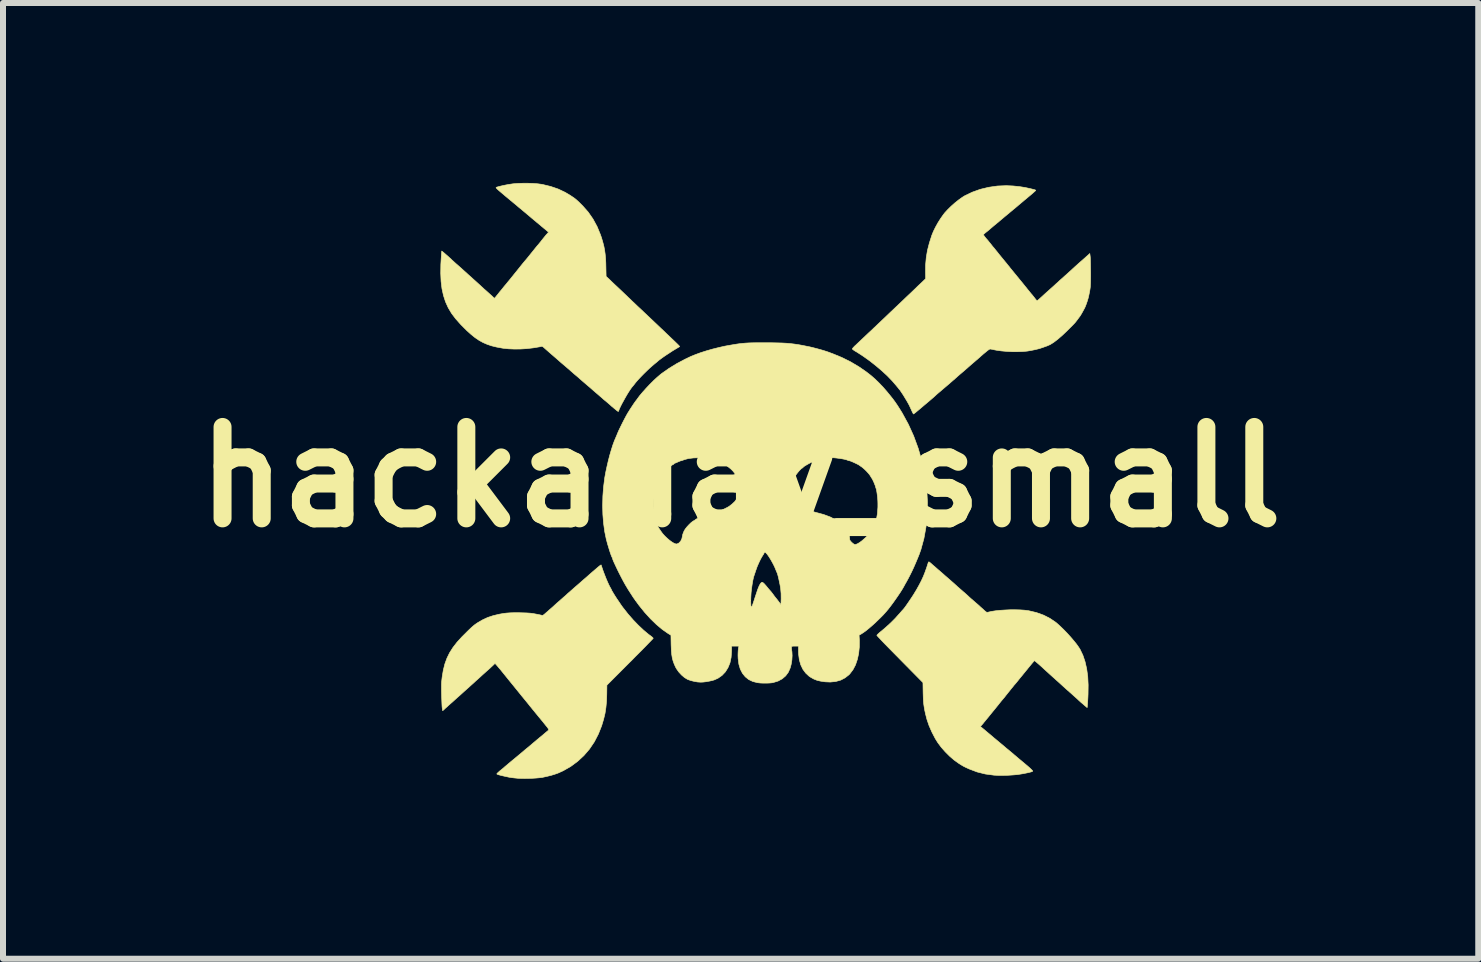
<source format=kicad_pcb>
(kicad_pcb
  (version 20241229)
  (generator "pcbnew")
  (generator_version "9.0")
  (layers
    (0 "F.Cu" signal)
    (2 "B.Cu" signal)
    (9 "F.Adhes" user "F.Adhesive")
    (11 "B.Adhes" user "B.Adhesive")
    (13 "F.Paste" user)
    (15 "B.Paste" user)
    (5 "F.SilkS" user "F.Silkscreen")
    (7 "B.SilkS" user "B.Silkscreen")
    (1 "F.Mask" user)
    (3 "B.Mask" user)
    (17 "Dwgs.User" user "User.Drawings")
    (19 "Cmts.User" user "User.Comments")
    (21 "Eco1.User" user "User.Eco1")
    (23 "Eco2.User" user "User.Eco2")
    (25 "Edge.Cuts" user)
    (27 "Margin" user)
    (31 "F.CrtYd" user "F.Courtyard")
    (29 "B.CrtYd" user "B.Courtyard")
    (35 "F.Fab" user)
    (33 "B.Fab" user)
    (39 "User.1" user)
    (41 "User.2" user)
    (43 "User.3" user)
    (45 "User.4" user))
  (footprint "hackaday_small"
    (layer "F.Cu")
    (at 9.296 4.902)
    (property "Reference" "hackaday_small" (at 0 0 0) (layer "F.SilkS") (effects (font (size 1.524 1.524) (thickness 0.3))))
    (attr through_hole)
    (fp_poly (pts (xy -2.325 1.466) (xy -2.322 1.475) (xy -2.315 1.496) (xy -2.305 1.526) (xy -2.3 1.541) (xy -2.282 1.591) (xy -2.261 1.645) (xy -2.239 1.701) (xy -2.216 1.754) (xy -2.195 1.8) (xy -2.177 1.835) (xy -2.174 1.84) (xy -2.161 1.863) (xy -2.153 1.879) (xy -2.151 1.884) (xy -2.146 1.895) (xy -2.133 1.917) (xy -2.114 1.949) (xy -2.091 1.986) (xy -2.064 2.028) (xy -2.035 2.07) (xy -2.007 2.112) (xy -1.981 2.15) (xy -1.958 2.181) (xy -1.955 2.184) (xy -1.875 2.286) (xy -1.79 2.383) (xy -1.703 2.473) (xy -1.618 2.553) (xy -1.536 2.622) (xy -1.508 2.642) (xy -1.483 2.661) (xy -1.465 2.677) (xy -1.457 2.687) (xy -1.457 2.688) (xy -1.462 2.695) (xy -1.479 2.713) (xy -1.506 2.741) (xy -1.542 2.778) (xy -1.585 2.823) (xy -1.636 2.875) (xy -1.693 2.932) (xy -1.755 2.994) (xy -1.82 3.061) (xy -1.843 3.083) (xy -2.229 3.47) (xy -2.231 3.621) (xy -2.235 3.737) (xy -2.245 3.841) (xy -2.26 3.94) (xy -2.283 4.036) (xy -2.313 4.136) (xy -2.315 4.144) (xy -2.371 4.285) (xy -2.439 4.416) (xy -2.52 4.536) (xy -2.613 4.644) (xy -2.718 4.741) (xy -2.833 4.826) (xy -2.958 4.897) (xy -3.044 4.936) (xy -3.095 4.954) (xy -3.157 4.973) (xy -3.225 4.99) (xy -3.294 5.005) (xy -3.306 5.008) (xy -3.348 5.013) (xy -3.403 5.018) (xy -3.466 5.022) (xy -3.533 5.024) (xy -3.6 5.025) (xy -3.663 5.024) (xy -3.717 5.022) (xy -3.725 5.021) (xy -3.768 5.017) (xy -3.811 5.012) (xy -3.848 5.006) (xy -3.857 5.005) (xy -3.931 4.989) (xy -3.988 4.976) (xy -4.029 4.965) (xy -4.054 4.957) (xy -4.064 4.95) (xy -4.064 4.95) (xy -4.058 4.94) (xy -4.041 4.924) (xy -4.018 4.903) (xy -4.012 4.898) (xy -3.983 4.875) (xy -3.955 4.852) (xy -3.935 4.834) (xy -3.934 4.833) (xy -3.921 4.822) (xy -3.898 4.803) (xy -3.865 4.775) (xy -3.826 4.742) (xy -3.781 4.705) (xy -3.734 4.666) (xy -3.686 4.626) (xy -3.639 4.587) (xy -3.596 4.55) (xy -3.557 4.518) (xy -3.531 4.497) (xy -3.509 4.478) (xy -3.492 4.464) (xy -3.485 4.458) (xy -3.476 4.45) (xy -3.456 4.433) (xy -3.427 4.409) (xy -3.392 4.379) (xy -3.352 4.346) (xy -3.349 4.343) (xy -3.308 4.31) (xy -3.272 4.279) (xy -3.241 4.253) (xy -3.218 4.234) (xy -3.206 4.224) (xy -3.206 4.224) (xy -3.201 4.218) (xy -3.2 4.212) (xy -3.203 4.202) (xy -3.211 4.188) (xy -3.227 4.166) (xy -3.251 4.137) (xy -3.284 4.096) (xy -3.293 4.084) (xy -3.327 4.043) (xy -3.357 4.007) (xy -3.382 3.976) (xy -3.401 3.953) (xy -3.411 3.941) (xy -3.411 3.941) (xy -3.421 3.929) (xy -3.439 3.906) (xy -3.464 3.876) (xy -3.493 3.84) (xy -3.51 3.82) (xy -3.543 3.778) (xy -3.578 3.735) (xy -3.611 3.695) (xy -3.637 3.663) (xy -3.644 3.655) (xy -3.688 3.6) (xy -3.741 3.535) (xy -3.799 3.463) (xy -3.861 3.387) (xy -3.924 3.309) (xy -3.975 3.246) (xy -4.003 3.211) (xy -4.031 3.179) (xy -4.053 3.152) (xy -4.068 3.135) (xy -4.094 3.107) (xy -4.128 3.14) (xy -4.144 3.155) (xy -4.171 3.18) (xy -4.205 3.211) (xy -4.245 3.246) (xy -4.287 3.284) (xy -4.293 3.289) (xy -4.332 3.325) (xy -4.367 3.357) (xy -4.396 3.383) (xy -4.417 3.401) (xy -4.427 3.411) (xy -4.428 3.412) (xy -4.436 3.419) (xy -4.453 3.435) (xy -4.479 3.458) (xy -4.51 3.486) (xy -4.521 3.496) (xy -4.562 3.533) (xy -4.606 3.572) (xy -4.649 3.611) (xy -4.682 3.641) (xy -4.721 3.675) (xy -4.765 3.715) (xy -4.808 3.754) (xy -4.83 3.773) (xy -4.863 3.802) (xy -4.894 3.831) (xy -4.921 3.854) (xy -4.935 3.868) (xy -4.966 3.896) (xy -4.972 3.868) (xy -4.974 3.852) (xy -4.977 3.821) (xy -4.979 3.779) (xy -4.981 3.729) (xy -4.983 3.672) (xy -4.984 3.64) (xy -4.986 3.567) (xy -4.986 3.508) (xy -4.986 3.459) (xy -4.984 3.417) (xy -4.98 3.377) (xy -4.975 3.336) (xy -4.975 3.335) (xy -4.956 3.22) (xy -4.93 3.116) (xy -4.895 3.02) (xy -4.851 2.93) (xy -4.795 2.842) (xy -4.727 2.754) (xy -4.645 2.664) (xy -4.61 2.629) (xy -4.561 2.58) (xy -4.522 2.542) (xy -4.49 2.512) (xy -4.463 2.488) (xy -4.439 2.468) (xy -4.416 2.451) (xy -4.392 2.435) (xy -4.379 2.426) (xy -4.299 2.38) (xy -4.215 2.341) (xy -4.124 2.311) (xy -4.023 2.287) (xy -3.943 2.273) (xy -3.897 2.268) (xy -3.839 2.264) (xy -3.772 2.262) (xy -3.702 2.262) (xy -3.631 2.264) (xy -3.565 2.266) (xy -3.506 2.27) (xy -3.46 2.276) (xy -3.454 2.277) (xy -3.4 2.287) (xy -3.359 2.295) (xy -3.332 2.301) (xy -3.315 2.305) (xy -3.31 2.307) (xy -3.296 2.305) (xy -3.278 2.294) (xy -3.277 2.292) (xy -3.261 2.279) (xy -3.236 2.257) (xy -3.207 2.232) (xy -3.192 2.218) (xy -3.158 2.189) (xy -3.124 2.159) (xy -3.095 2.132) (xy -3.086 2.124) (xy -3.061 2.101) (xy -3.027 2.072) (xy -2.992 2.041) (xy -2.976 2.027) (xy -2.948 2.002) (xy -2.924 1.982) (xy -2.909 1.968) (xy -2.904 1.964) (xy -2.896 1.956) (xy -2.879 1.94) (xy -2.853 1.918) (xy -2.823 1.891) (xy -2.819 1.888) (xy -2.782 1.855) (xy -2.743 1.821) (xy -2.707 1.79) (xy -2.684 1.77) (xy -2.658 1.747) (xy -2.624 1.717) (xy -2.583 1.682) (xy -2.541 1.645) (xy -2.519 1.625) (xy -2.459 1.573) (xy -2.411 1.532) (xy -2.375 1.501) (xy -2.349 1.48) (xy -2.333 1.469) (xy -2.326 1.465) (xy -2.325 1.466)) (stroke (width 0.01) (type solid)) (fill yes) (layer "F.SilkS"))
    (fp_poly (pts (xy 3.146 1.417) (xy 3.164 1.432) (xy 3.171 1.437) (xy 3.186 1.451) (xy 3.212 1.474) (xy 3.244 1.501) (xy 3.279 1.532) (xy 3.289 1.541) (xy 3.323 1.57) (xy 3.351 1.594) (xy 3.373 1.613) (xy 3.385 1.624) (xy 3.387 1.625) (xy 3.394 1.632) (xy 3.412 1.648) (xy 3.439 1.671) (xy 3.471 1.699) (xy 3.493 1.718) (xy 3.528 1.749) (xy 3.559 1.776) (xy 3.583 1.798) (xy 3.599 1.812) (xy 3.603 1.816) (xy 3.612 1.825) (xy 3.632 1.842) (xy 3.658 1.865) (xy 3.679 1.883) (xy 3.712 1.912) (xy 3.746 1.941) (xy 3.774 1.966) (xy 3.785 1.976) (xy 3.808 1.998) (xy 3.839 2.026) (xy 3.873 2.055) (xy 3.89 2.07) (xy 3.923 2.099) (xy 3.955 2.126) (xy 3.981 2.149) (xy 3.991 2.159) (xy 4.012 2.178) (xy 4.028 2.192) (xy 4.034 2.197) (xy 4.046 2.208) (xy 4.064 2.225) (xy 4.073 2.233) (xy 4.093 2.249) (xy 4.107 2.256) (xy 4.124 2.254) (xy 4.132 2.252) (xy 4.185 2.24) (xy 4.251 2.23) (xy 4.328 2.222) (xy 4.41 2.217) (xy 4.495 2.213) (xy 4.58 2.213) (xy 4.66 2.215) (xy 4.733 2.22) (xy 4.795 2.228) (xy 4.802 2.229) (xy 4.933 2.26) (xy 5.052 2.303) (xy 5.159 2.358) (xy 5.256 2.424) (xy 5.275 2.44) (xy 5.33 2.49) (xy 5.388 2.546) (xy 5.446 2.606) (xy 5.502 2.668) (xy 5.554 2.729) (xy 5.6 2.786) (xy 5.636 2.837) (xy 5.659 2.873) (xy 5.706 2.971) (xy 5.742 3.078) (xy 5.769 3.196) (xy 5.787 3.325) (xy 5.794 3.467) (xy 5.792 3.621) (xy 5.79 3.67) (xy 5.787 3.722) (xy 5.784 3.768) (xy 5.781 3.805) (xy 5.779 3.83) (xy 5.778 3.842) (xy 5.778 3.843) (xy 5.771 3.839) (xy 5.755 3.825) (xy 5.732 3.806) (xy 5.705 3.782) (xy 5.676 3.758) (xy 5.65 3.734) (xy 5.628 3.714) (xy 5.614 3.7) (xy 5.613 3.7) (xy 5.606 3.693) (xy 5.588 3.677) (xy 5.561 3.653) (xy 5.529 3.624) (xy 5.495 3.594) (xy 5.458 3.561) (xy 5.426 3.533) (xy 5.4 3.509) (xy 5.383 3.494) (xy 5.376 3.488) (xy 5.369 3.481) (xy 5.351 3.465) (xy 5.324 3.44) (xy 5.291 3.41) (xy 5.252 3.376) (xy 5.241 3.365) (xy 5.198 3.327) (xy 5.157 3.29) (xy 5.12 3.256) (xy 5.09 3.229) (xy 5.069 3.21) (xy 5.067 3.208) (xy 5.015 3.16) (xy 4.971 3.121) (xy 4.936 3.091) (xy 4.912 3.071) (xy 4.899 3.063) (xy 4.897 3.062) (xy 4.89 3.069) (xy 4.875 3.087) (xy 4.852 3.114) (xy 4.824 3.148) (xy 4.792 3.187) (xy 4.787 3.194) (xy 4.753 3.235) (xy 4.723 3.272) (xy 4.697 3.304) (xy 4.678 3.327) (xy 4.667 3.34) (xy 4.667 3.34) (xy 4.654 3.356) (xy 4.635 3.38) (xy 4.619 3.4) (xy 4.601 3.422) (xy 4.587 3.439) (xy 4.581 3.446) (xy 4.574 3.454) (xy 4.558 3.472) (xy 4.537 3.499) (xy 4.512 3.529) (xy 4.486 3.562) (xy 4.46 3.594) (xy 4.438 3.622) (xy 4.42 3.644) (xy 4.417 3.648) (xy 4.398 3.673) (xy 4.379 3.695) (xy 4.375 3.7) (xy 4.362 3.715) (xy 4.342 3.739) (xy 4.317 3.77) (xy 4.292 3.802) (xy 4.261 3.84) (xy 4.229 3.88) (xy 4.199 3.916) (xy 4.182 3.937) (xy 4.155 3.97) (xy 4.123 4.01) (xy 4.092 4.047) (xy 4.086 4.055) (xy 4.061 4.085) (xy 4.039 4.113) (xy 4.021 4.133) (xy 4.016 4.139) (xy 3.998 4.159) (xy 4.101 4.245) (xy 4.137 4.275) (xy 4.168 4.301) (xy 4.193 4.322) (xy 4.209 4.336) (xy 4.213 4.339) (xy 4.224 4.349) (xy 4.244 4.365) (xy 4.263 4.381) (xy 4.286 4.4) (xy 4.318 4.427) (xy 4.354 4.457) (xy 4.39 4.487) (xy 4.426 4.518) (xy 4.463 4.548) (xy 4.494 4.574) (xy 4.517 4.593) (xy 4.54 4.612) (xy 4.558 4.628) (xy 4.567 4.636) (xy 4.576 4.643) (xy 4.596 4.66) (xy 4.625 4.685) (xy 4.661 4.715) (xy 4.703 4.75) (xy 4.727 4.77) (xy 4.783 4.817) (xy 4.825 4.854) (xy 4.853 4.881) (xy 4.868 4.898) (xy 4.87 4.904) (xy 4.855 4.912) (xy 4.824 4.921) (xy 4.776 4.932) (xy 4.712 4.945) (xy 4.669 4.952) (xy 4.61 4.961) (xy 4.538 4.967) (xy 4.459 4.972) (xy 4.379 4.974) (xy 4.302 4.974) (xy 4.233 4.971) (xy 4.221 4.97) (xy 4.079 4.951) (xy 3.943 4.917) (xy 3.811 4.867) (xy 3.75 4.839) (xy 3.72 4.824) (xy 3.697 4.811) (xy 3.674 4.797) (xy 3.645 4.779) (xy 3.63 4.769) (xy 3.558 4.717) (xy 3.484 4.653) (xy 3.412 4.581) (xy 3.345 4.505) (xy 3.288 4.429) (xy 3.245 4.36) (xy 3.188 4.25) (xy 3.142 4.145) (xy 3.107 4.043) (xy 3.083 3.95) (xy 3.07 3.89) (xy 3.061 3.839) (xy 3.054 3.793) (xy 3.049 3.746) (xy 3.046 3.695) (xy 3.044 3.633) (xy 3.043 3.6) (xy 3.04 3.427) (xy 2.657 3.039) (xy 2.59 2.971) (xy 2.527 2.907) (xy 2.469 2.848) (xy 2.416 2.794) (xy 2.37 2.746) (xy 2.332 2.706) (xy 2.302 2.674) (xy 2.282 2.652) (xy 2.272 2.641) (xy 2.272 2.64) (xy 2.277 2.631) (xy 2.294 2.614) (xy 2.319 2.591) (xy 2.348 2.568) (xy 2.423 2.504) (xy 2.501 2.433) (xy 2.576 2.358) (xy 2.637 2.29) (xy 2.662 2.262) (xy 2.682 2.239) (xy 2.696 2.223) (xy 2.701 2.218) (xy 2.714 2.204) (xy 2.735 2.178) (xy 2.761 2.142) (xy 2.79 2.1) (xy 2.822 2.053) (xy 2.855 2.004) (xy 2.886 1.956) (xy 2.913 1.911) (xy 2.931 1.882) (xy 2.975 1.803) (xy 3.013 1.73) (xy 3.045 1.661) (xy 3.074 1.588) (xy 3.102 1.509) (xy 3.129 1.425) (xy 3.135 1.415) (xy 3.146 1.417)) (stroke (width 0.01) (type solid)) (fill yes) (layer "F.SilkS"))
    (fp_poly (pts (xy 4.542 -4.852) (xy 4.649 -4.841) (xy 4.744 -4.826) (xy 4.831 -4.807) (xy 4.847 -4.803) (xy 4.882 -4.794) (xy 4.904 -4.788) (xy 4.915 -4.784) (xy 4.919 -4.781) (xy 4.918 -4.777) (xy 4.918 -4.776) (xy 4.911 -4.768) (xy 4.893 -4.752) (xy 4.866 -4.728) (xy 4.832 -4.699) (xy 4.796 -4.669) (xy 4.757 -4.636) (xy 4.72 -4.606) (xy 4.69 -4.58) (xy 4.667 -4.561) (xy 4.657 -4.552) (xy 4.644 -4.542) (xy 4.621 -4.522) (xy 4.589 -4.495) (xy 4.55 -4.463) (xy 4.507 -4.427) (xy 4.483 -4.407) (xy 4.44 -4.371) (xy 4.401 -4.339) (xy 4.368 -4.311) (xy 4.344 -4.291) (xy 4.329 -4.278) (xy 4.326 -4.276) (xy 4.318 -4.269) (xy 4.3 -4.253) (xy 4.275 -4.233) (xy 4.255 -4.216) (xy 4.225 -4.192) (xy 4.199 -4.17) (xy 4.181 -4.154) (xy 4.174 -4.149) (xy 4.162 -4.138) (xy 4.14 -4.119) (xy 4.113 -4.097) (xy 4.104 -4.09) (xy 4.078 -4.069) (xy 4.059 -4.052) (xy 4.048 -4.042) (xy 4.047 -4.04) (xy 4.052 -4.031) (xy 4.064 -4.014) (xy 4.079 -3.994) (xy 4.093 -3.977) (xy 4.102 -3.967) (xy 4.111 -3.957) (xy 4.128 -3.937) (xy 4.149 -3.91) (xy 4.162 -3.895) (xy 4.184 -3.867) (xy 4.202 -3.844) (xy 4.214 -3.83) (xy 4.217 -3.827) (xy 4.224 -3.819) (xy 4.238 -3.801) (xy 4.255 -3.78) (xy 4.275 -3.756) (xy 4.302 -3.721) (xy 4.335 -3.681) (xy 4.371 -3.637) (xy 4.406 -3.594) (xy 4.427 -3.569) (xy 4.44 -3.553) (xy 4.458 -3.53) (xy 4.475 -3.51) (xy 4.495 -3.484) (xy 4.513 -3.462) (xy 4.523 -3.45) (xy 4.571 -3.391) (xy 4.612 -3.341) (xy 4.647 -3.298) (xy 4.68 -3.258) (xy 4.712 -3.219) (xy 4.746 -3.176) (xy 4.754 -3.167) (xy 4.784 -3.129) (xy 4.811 -3.096) (xy 4.832 -3.07) (xy 4.846 -3.053) (xy 4.851 -3.048) (xy 4.858 -3.04) (xy 4.873 -3.021) (xy 4.892 -2.997) (xy 4.897 -2.991) (xy 4.916 -2.966) (xy 4.932 -2.947) (xy 4.942 -2.939) (xy 4.943 -2.938) (xy 4.951 -2.944) (xy 4.969 -2.958) (xy 4.992 -2.979) (xy 5.004 -2.99) (xy 5.036 -3.019) (xy 5.074 -3.054) (xy 5.112 -3.088) (xy 5.127 -3.101) (xy 5.16 -3.131) (xy 5.195 -3.162) (xy 5.225 -3.189) (xy 5.237 -3.2) (xy 5.256 -3.218) (xy 5.286 -3.244) (xy 5.322 -3.278) (xy 5.363 -3.314) (xy 5.406 -3.353) (xy 5.41 -3.357) (xy 5.45 -3.392) (xy 5.485 -3.424) (xy 5.514 -3.45) (xy 5.534 -3.469) (xy 5.545 -3.479) (xy 5.546 -3.48) (xy 5.553 -3.486) (xy 5.571 -3.503) (xy 5.598 -3.527) (xy 5.63 -3.556) (xy 5.664 -3.586) (xy 5.703 -3.62) (xy 5.738 -3.651) (xy 5.768 -3.678) (xy 5.79 -3.697) (xy 5.8 -3.706) (xy 5.821 -3.726) (xy 5.827 -3.685) (xy 5.829 -3.666) (xy 5.831 -3.633) (xy 5.832 -3.588) (xy 5.833 -3.534) (xy 5.834 -3.474) (xy 5.835 -3.412) (xy 5.835 -3.339) (xy 5.834 -3.281) (xy 5.833 -3.234) (xy 5.831 -3.195) (xy 5.829 -3.162) (xy 5.825 -3.133) (xy 5.82 -3.103) (xy 5.817 -3.087) (xy 5.805 -3.027) (xy 5.793 -2.977) (xy 5.779 -2.931) (xy 5.762 -2.882) (xy 5.744 -2.836) (xy 5.734 -2.815) (xy 5.719 -2.787) (xy 5.701 -2.754) (xy 5.683 -2.722) (xy 5.666 -2.694) (xy 5.653 -2.674) (xy 5.647 -2.667) (xy 5.64 -2.658) (xy 5.627 -2.64) (xy 5.622 -2.633) (xy 5.607 -2.613) (xy 5.593 -2.595) (xy 5.578 -2.576) (xy 5.559 -2.555) (xy 5.534 -2.529) (xy 5.501 -2.496) (xy 5.459 -2.454) (xy 5.448 -2.443) (xy 5.365 -2.364) (xy 5.289 -2.298) (xy 5.221 -2.246) (xy 5.161 -2.208) (xy 5.108 -2.185) (xy 5.1 -2.182) (xy 5.084 -2.177) (xy 5.058 -2.167) (xy 5.038 -2.16) (xy 4.981 -2.141) (xy 4.913 -2.124) (xy 4.839 -2.109) (xy 4.779 -2.099) (xy 4.705 -2.092) (xy 4.619 -2.089) (xy 4.528 -2.089) (xy 4.436 -2.094) (xy 4.347 -2.102) (xy 4.268 -2.113) (xy 4.227 -2.121) (xy 4.197 -2.128) (xy 4.172 -2.132) (xy 4.16 -2.134) (xy 4.15 -2.131) (xy 4.136 -2.122) (xy 4.115 -2.107) (xy 4.086 -2.083) (xy 4.047 -2.051) (xy 3.998 -2.008) (xy 3.992 -2.002) (xy 3.963 -1.977) (xy 3.927 -1.946) (xy 3.889 -1.913) (xy 3.869 -1.896) (xy 3.84 -1.871) (xy 3.816 -1.85) (xy 3.799 -1.835) (xy 3.793 -1.83) (xy 3.785 -1.822) (xy 3.767 -1.807) (xy 3.741 -1.784) (xy 3.71 -1.757) (xy 3.7 -1.749) (xy 3.667 -1.721) (xy 3.638 -1.696) (xy 3.616 -1.677) (xy 3.604 -1.666) (xy 3.603 -1.664) (xy 3.594 -1.657) (xy 3.574 -1.639) (xy 3.545 -1.614) (xy 3.509 -1.583) (xy 3.467 -1.546) (xy 3.421 -1.507) (xy 3.374 -1.467) (xy 3.332 -1.431) (xy 3.295 -1.4) (xy 3.266 -1.375) (xy 3.247 -1.357) (xy 3.239 -1.35) (xy 3.229 -1.34) (xy 3.208 -1.322) (xy 3.18 -1.298) (xy 3.145 -1.268) (xy 3.106 -1.235) (xy 3.064 -1.2) (xy 3.023 -1.165) (xy 2.983 -1.131) (xy 2.948 -1.102) (xy 2.918 -1.077) (xy 2.896 -1.06) (xy 2.884 -1.051) (xy 2.883 -1.05) (xy 2.877 -1.057) (xy 2.867 -1.076) (xy 2.856 -1.099) (xy 2.832 -1.152) (xy 2.811 -1.197) (xy 2.788 -1.239) (xy 2.761 -1.286) (xy 2.755 -1.295) (xy 2.731 -1.335) (xy 2.707 -1.374) (xy 2.684 -1.408) (xy 2.666 -1.435) (xy 2.654 -1.453) (xy 2.65 -1.456) (xy 2.643 -1.464) (xy 2.629 -1.483) (xy 2.608 -1.508) (xy 2.595 -1.524) (xy 2.527 -1.603) (xy 2.446 -1.687) (xy 2.355 -1.771) (xy 2.256 -1.855) (xy 2.153 -1.936) (xy 2.048 -2.011) (xy 1.944 -2.079) (xy 1.903 -2.103) (xy 1.881 -2.118) (xy 1.866 -2.13) (xy 1.863 -2.136) (xy 1.868 -2.146) (xy 1.883 -2.163) (xy 1.903 -2.184) (xy 1.919 -2.198) (xy 1.944 -2.222) (xy 1.976 -2.252) (xy 2.013 -2.287) (xy 2.053 -2.325) (xy 2.094 -2.364) (xy 2.133 -2.401) (xy 2.169 -2.434) (xy 2.199 -2.462) (xy 2.22 -2.483) (xy 2.232 -2.493) (xy 2.24 -2.501) (xy 2.259 -2.519) (xy 2.287 -2.546) (xy 2.322 -2.579) (xy 2.362 -2.617) (xy 2.401 -2.654) (xy 2.45 -2.701) (xy 2.5 -2.749) (xy 2.549 -2.795) (xy 2.593 -2.837) (xy 2.629 -2.871) (xy 2.646 -2.887) (xy 2.704 -2.942) (xy 2.764 -3) (xy 2.83 -3.062) (xy 2.899 -3.128) (xy 2.92 -3.148) (xy 2.948 -3.176) (xy 2.981 -3.207) (xy 3.01 -3.234) (xy 3.085 -3.306) (xy 3.083 -3.408) (xy 3.084 -3.535) (xy 3.095 -3.657) (xy 3.115 -3.778) (xy 3.147 -3.902) (xy 3.188 -4.03) (xy 3.214 -4.094) (xy 3.249 -4.165) (xy 3.29 -4.239) (xy 3.335 -4.31) (xy 3.38 -4.374) (xy 3.405 -4.406) (xy 3.454 -4.459) (xy 3.511 -4.515) (xy 3.573 -4.57) (xy 3.636 -4.62) (xy 3.696 -4.663) (xy 3.736 -4.688) (xy 3.861 -4.748) (xy 3.995 -4.796) (xy 4.136 -4.83) (xy 4.281 -4.851) (xy 4.429 -4.857) (xy 4.542 -4.852)) (stroke (width 0.01) (type solid)) (fill yes) (layer "F.SilkS"))
    (fp_poly (pts (xy -3.458 -4.894) (xy -3.38 -4.888) (xy -3.313 -4.879) (xy -3.303 -4.877) (xy -3.167 -4.844) (xy -3.041 -4.801) (xy -2.925 -4.746) (xy -2.841 -4.696) (xy -2.804 -4.671) (xy -2.773 -4.65) (xy -2.746 -4.629) (xy -2.719 -4.605) (xy -2.689 -4.577) (xy -2.652 -4.54) (xy -2.632 -4.52) (xy -2.541 -4.417) (xy -2.461 -4.302) (xy -2.392 -4.175) (xy -2.336 -4.039) (xy -2.317 -3.984) (xy -2.296 -3.911) (xy -2.279 -3.846) (xy -2.267 -3.783) (xy -2.258 -3.718) (xy -2.251 -3.648) (xy -2.247 -3.567) (xy -2.246 -3.521) (xy -2.242 -3.345) (xy -2.177 -3.284) (xy -2.142 -3.25) (xy -2.101 -3.211) (xy -2.06 -3.173) (xy -2.04 -3.154) (xy -2.006 -3.122) (xy -1.964 -3.082) (xy -1.92 -3.04) (xy -1.88 -3.002) (xy -1.88 -3.001) (xy -1.853 -2.976) (xy -1.816 -2.94) (xy -1.77 -2.897) (xy -1.719 -2.848) (xy -1.663 -2.796) (xy -1.605 -2.741) (xy -1.549 -2.688) (xy -1.492 -2.634) (xy -1.436 -2.581) (xy -1.382 -2.53) (xy -1.333 -2.483) (xy -1.29 -2.443) (xy -1.256 -2.41) (xy -1.232 -2.387) (xy -1.232 -2.387) (xy -1.193 -2.35) (xy -1.15 -2.309) (xy -1.109 -2.27) (xy -1.086 -2.248) (xy -1.058 -2.221) (xy -1.036 -2.199) (xy -1.021 -2.183) (xy -1.016 -2.177) (xy -1.023 -2.17) (xy -1.041 -2.159) (xy -1.061 -2.147) (xy -1.093 -2.128) (xy -1.133 -2.104) (xy -1.177 -2.075) (xy -1.223 -2.045) (xy -1.268 -2.015) (xy -1.309 -1.986) (xy -1.343 -1.961) (xy -1.368 -1.942) (xy -1.38 -1.931) (xy -1.388 -1.924) (xy -1.406 -1.909) (xy -1.431 -1.889) (xy -1.444 -1.878) (xy -1.479 -1.848) (xy -1.522 -1.81) (xy -1.568 -1.766) (xy -1.616 -1.719) (xy -1.662 -1.672) (xy -1.703 -1.628) (xy -1.737 -1.59) (xy -1.757 -1.565) (xy -1.778 -1.538) (xy -1.796 -1.516) (xy -1.808 -1.502) (xy -1.809 -1.501) (xy -1.824 -1.481) (xy -1.845 -1.451) (xy -1.87 -1.412) (xy -1.897 -1.368) (xy -1.925 -1.319) (xy -1.952 -1.27) (xy -1.978 -1.223) (xy -2 -1.18) (xy -2.017 -1.144) (xy -2.028 -1.117) (xy -2.032 -1.103) (xy -2.035 -1.094) (xy -2.047 -1.096) (xy -2.066 -1.11) (xy -2.085 -1.126) (xy -2.11 -1.146) (xy -2.124 -1.159) (xy -2.148 -1.178) (xy -2.167 -1.195) (xy -2.175 -1.203) (xy -2.188 -1.214) (xy -2.21 -1.233) (xy -2.236 -1.255) (xy -2.239 -1.258) (xy -2.264 -1.278) (xy -2.283 -1.294) (xy -2.294 -1.303) (xy -2.294 -1.304) (xy -2.302 -1.311) (xy -2.32 -1.327) (xy -2.346 -1.349) (xy -2.378 -1.377) (xy -2.392 -1.389) (xy -2.425 -1.417) (xy -2.454 -1.442) (xy -2.475 -1.461) (xy -2.488 -1.472) (xy -2.489 -1.473) (xy -2.497 -1.48) (xy -2.515 -1.496) (xy -2.541 -1.518) (xy -2.573 -1.545) (xy -2.582 -1.553) (xy -2.616 -1.582) (xy -2.646 -1.608) (xy -2.669 -1.628) (xy -2.683 -1.64) (xy -2.685 -1.642) (xy -2.698 -1.654) (xy -2.72 -1.673) (xy -2.744 -1.693) (xy -2.776 -1.72) (xy -2.81 -1.75) (xy -2.832 -1.769) (xy -2.857 -1.792) (xy -2.881 -1.812) (xy -2.895 -1.824) (xy -2.925 -1.85) (xy -2.957 -1.877) (xy -2.988 -1.903) (xy -3.015 -1.927) (xy -3.035 -1.945) (xy -3.047 -1.955) (xy -3.048 -1.956) (xy -3.056 -1.963) (xy -3.074 -1.979) (xy -3.1 -2.001) (xy -3.132 -2.029) (xy -3.145 -2.04) (xy -3.182 -2.072) (xy -3.217 -2.103) (xy -3.247 -2.129) (xy -3.268 -2.148) (xy -3.272 -2.151) (xy -3.292 -2.169) (xy -3.308 -2.177) (xy -3.323 -2.177) (xy -3.331 -2.175) (xy -3.349 -2.171) (xy -3.379 -2.166) (xy -3.419 -2.159) (xy -3.464 -2.152) (xy -3.474 -2.151) (xy -3.568 -2.14) (xy -3.668 -2.134) (xy -3.77 -2.133) (xy -3.867 -2.137) (xy -3.955 -2.146) (xy -3.979 -2.15) (xy -4.07 -2.167) (xy -4.151 -2.187) (xy -4.225 -2.212) (xy -4.294 -2.242) (xy -4.361 -2.279) (xy -4.427 -2.324) (xy -4.495 -2.379) (xy -4.567 -2.444) (xy -4.645 -2.522) (xy -4.671 -2.549) (xy -4.75 -2.638) (xy -4.818 -2.728) (xy -4.874 -2.822) (xy -4.919 -2.921) (xy -4.953 -3.026) (xy -4.978 -3.139) (xy -4.993 -3.262) (xy -4.999 -3.396) (xy -4.997 -3.542) (xy -4.994 -3.593) (xy -4.991 -3.645) (xy -4.988 -3.691) (xy -4.986 -3.728) (xy -4.983 -3.754) (xy -4.982 -3.766) (xy -4.982 -3.767) (xy -4.975 -3.762) (xy -4.959 -3.749) (xy -4.936 -3.73) (xy -4.909 -3.706) (xy -4.881 -3.682) (xy -4.855 -3.658) (xy -4.833 -3.639) (xy -4.819 -3.625) (xy -4.818 -3.623) (xy -4.81 -3.616) (xy -4.792 -3.6) (xy -4.767 -3.577) (xy -4.737 -3.55) (xy -4.733 -3.547) (xy -4.667 -3.489) (xy -4.614 -3.441) (xy -4.577 -3.408) (xy -4.568 -3.4) (xy -4.549 -3.382) (xy -4.521 -3.357) (xy -4.486 -3.326) (xy -4.448 -3.291) (xy -4.441 -3.285) (xy -4.402 -3.25) (xy -4.367 -3.218) (xy -4.338 -3.192) (xy -4.317 -3.172) (xy -4.306 -3.162) (xy -4.305 -3.162) (xy -4.296 -3.153) (xy -4.277 -3.135) (xy -4.25 -3.112) (xy -4.221 -3.086) (xy -4.189 -3.057) (xy -4.16 -3.031) (xy -4.138 -3.011) (xy -4.126 -2.999) (xy -4.112 -2.986) (xy -4.103 -2.98) (xy -4.103 -2.98) (xy -4.097 -2.986) (xy -4.082 -3.003) (xy -4.063 -3.027) (xy -4.054 -3.037) (xy -4.033 -3.064) (xy -4.017 -3.085) (xy -4.006 -3.097) (xy -4.005 -3.099) (xy -3.998 -3.107) (xy -3.983 -3.125) (xy -3.967 -3.145) (xy -3.949 -3.168) (xy -3.935 -3.185) (xy -3.929 -3.192) (xy -3.922 -3.2) (xy -3.905 -3.22) (xy -3.882 -3.249) (xy -3.852 -3.285) (xy -3.818 -3.327) (xy -3.781 -3.373) (xy -3.743 -3.42) (xy -3.706 -3.466) (xy -3.67 -3.511) (xy -3.668 -3.514) (xy -3.642 -3.546) (xy -3.62 -3.573) (xy -3.603 -3.593) (xy -3.595 -3.603) (xy -3.587 -3.612) (xy -3.57 -3.632) (xy -3.546 -3.661) (xy -3.518 -3.696) (xy -3.486 -3.736) (xy -3.484 -3.738) (xy -3.452 -3.778) (xy -3.424 -3.813) (xy -3.401 -3.841) (xy -3.385 -3.861) (xy -3.377 -3.869) (xy -3.377 -3.869) (xy -3.37 -3.877) (xy -3.355 -3.896) (xy -3.334 -3.921) (xy -3.319 -3.941) (xy -3.292 -3.975) (xy -3.265 -4.008) (xy -3.242 -4.036) (xy -3.233 -4.046) (xy -3.201 -4.082) (xy -3.313 -4.175) (xy -3.353 -4.209) (xy -3.392 -4.241) (xy -3.426 -4.27) (xy -3.452 -4.291) (xy -3.463 -4.301) (xy -3.484 -4.318) (xy -3.514 -4.344) (xy -3.55 -4.374) (xy -3.587 -4.405) (xy -3.594 -4.411) (xy -3.631 -4.442) (xy -3.667 -4.472) (xy -3.699 -4.498) (xy -3.721 -4.517) (xy -3.724 -4.52) (xy -3.75 -4.542) (xy -3.776 -4.563) (xy -3.787 -4.572) (xy -3.858 -4.631) (xy -3.917 -4.68) (xy -3.964 -4.72) (xy -4.002 -4.752) (xy -4.031 -4.777) (xy -4.052 -4.796) (xy -4.065 -4.809) (xy -4.073 -4.818) (xy -4.076 -4.824) (xy -4.075 -4.827) (xy -4.062 -4.833) (xy -4.034 -4.841) (xy -3.994 -4.851) (xy -3.946 -4.862) (xy -3.889 -4.873) (xy -3.861 -4.878) (xy -3.793 -4.888) (xy -3.715 -4.894) (xy -3.63 -4.897) (xy -3.543 -4.897) (xy -3.458 -4.894)) (stroke (width 0.01) (type solid)) (fill yes) (layer "F.SilkS"))
    (fp_poly (pts (xy 0.517 -2.238) (xy 0.609 -2.236) (xy 0.69 -2.234) (xy 0.764 -2.23) (xy 0.832 -2.224) (xy 0.898 -2.216) (xy 0.966 -2.206) (xy 1.037 -2.193) (xy 1.116 -2.177) (xy 1.147 -2.171) (xy 1.202 -2.158) (xy 1.264 -2.142) (xy 1.327 -2.125) (xy 1.388 -2.107) (xy 1.441 -2.09) (xy 1.475 -2.078) (xy 1.506 -2.066) (xy 1.537 -2.055) (xy 1.539 -2.054) (xy 1.687 -1.993) (xy 1.832 -1.921) (xy 1.969 -1.84) (xy 2.094 -1.754) (xy 2.095 -1.753) (xy 2.17 -1.695) (xy 2.239 -1.635) (xy 2.305 -1.571) (xy 2.372 -1.501) (xy 2.441 -1.422) (xy 2.515 -1.331) (xy 2.543 -1.295) (xy 2.574 -1.253) (xy 2.611 -1.199) (xy 2.65 -1.138) (xy 2.691 -1.072) (xy 2.694 -1.067) (xy 2.796 -0.88) (xy 2.885 -0.684) (xy 2.96 -0.48) (xy 3.021 -0.27) (xy 3.068 -0.055) (xy 3.099 0.162) (xy 3.104 0.212) (xy 3.115 0.424) (xy 3.111 0.631) (xy 3.091 0.831) (xy 3.056 1.025) (xy 3.005 1.212) (xy 2.999 1.228) (xy 2.979 1.285) (xy 2.952 1.352) (xy 2.921 1.426) (xy 2.888 1.502) (xy 2.853 1.577) (xy 2.818 1.647) (xy 2.786 1.708) (xy 2.759 1.757) (xy 2.746 1.778) (xy 2.738 1.794) (xy 2.737 1.795) (xy 2.72 1.827) (xy 2.695 1.87) (xy 2.663 1.921) (xy 2.626 1.976) (xy 2.586 2.034) (xy 2.545 2.092) (xy 2.505 2.146) (xy 2.468 2.194) (xy 2.435 2.234) (xy 2.431 2.239) (xy 2.381 2.295) (xy 2.325 2.352) (xy 2.267 2.408) (xy 2.208 2.463) (xy 2.15 2.513) (xy 2.097 2.557) (xy 2.049 2.592) (xy 2.01 2.617) (xy 2.006 2.62) (xy 1.975 2.636) (xy 1.98 2.721) (xy 1.979 2.835) (xy 1.968 2.942) (xy 1.946 3.042) (xy 1.915 3.133) (xy 1.873 3.213) (xy 1.822 3.28) (xy 1.806 3.297) (xy 1.741 3.348) (xy 1.668 3.386) (xy 1.585 3.409) (xy 1.494 3.418) (xy 1.407 3.414) (xy 1.334 3.403) (xy 1.274 3.389) (xy 1.221 3.368) (xy 1.171 3.34) (xy 1.142 3.321) (xy 1.086 3.269) (xy 1.039 3.206) (xy 1.003 3.131) (xy 0.979 3.046) (xy 0.967 2.953) (xy 0.965 2.906) (xy 0.965 2.819) (xy 0.906 2.819) (xy 0.879 2.819) (xy 0.861 2.821) (xy 0.851 2.827) (xy 0.848 2.841) (xy 0.849 2.866) (xy 0.854 2.903) (xy 0.856 2.913) (xy 0.859 2.978) (xy 0.855 3.05) (xy 0.843 3.123) (xy 0.827 3.183) (xy 0.796 3.254) (xy 0.751 3.315) (xy 0.694 3.364) (xy 0.626 3.401) (xy 0.548 3.425) (xy 0.525 3.43) (xy 0.485 3.434) (xy 0.435 3.436) (xy 0.381 3.436) (xy 0.329 3.434) (xy 0.286 3.429) (xy 0.284 3.429) (xy 0.204 3.409) (xy 0.135 3.376) (xy 0.078 3.33) (xy 0.031 3.272) (xy -0.005 3.202) (xy -0.029 3.12) (xy -0.041 3.027) (xy -0.043 2.972) (xy -0.042 2.931) (xy -0.04 2.893) (xy -0.037 2.863) (xy -0.035 2.851) (xy -0.027 2.819) (xy -0.15 2.819) (xy -0.151 2.906) (xy -0.158 3.007) (xy -0.177 3.098) (xy -0.21 3.178) (xy -0.254 3.249) (xy -0.309 3.307) (xy -0.376 3.354) (xy -0.441 3.383) (xy -0.476 3.393) (xy -0.522 3.403) (xy -0.573 3.412) (xy -0.621 3.418) (xy -0.662 3.42) (xy -0.665 3.42) (xy -0.716 3.417) (xy -0.773 3.407) (xy -0.83 3.393) (xy -0.878 3.376) (xy -0.887 3.372) (xy -0.936 3.342) (xy -0.985 3.3) (xy -1.031 3.25) (xy -1.068 3.197) (xy -1.085 3.167) (xy -1.108 3.115) (xy -1.126 3.065) (xy -1.139 3.015) (xy -1.148 2.959) (xy -1.154 2.895) (xy -1.157 2.818) (xy -1.158 2.798) (xy -1.161 2.637) (xy -1.209 2.608) (xy -1.305 2.541) (xy -1.403 2.459) (xy -1.501 2.364) (xy -1.599 2.256) (xy -1.695 2.137) (xy -1.754 2.056) (xy 0.169 2.056) (xy 0.17 2.109) (xy 0.172 2.145) (xy 0.176 2.165) (xy 0.181 2.168) (xy 0.19 2.155) (xy 0.202 2.126) (xy 0.217 2.08) (xy 0.22 2.072) (xy 0.245 1.995) (xy 0.266 1.932) (xy 0.283 1.881) (xy 0.298 1.842) (xy 0.311 1.812) (xy 0.323 1.79) (xy 0.333 1.774) (xy 0.34 1.766) (xy 0.351 1.757) (xy 0.362 1.755) (xy 0.375 1.762) (xy 0.394 1.779) (xy 0.419 1.807) (xy 0.431 1.821) (xy 0.455 1.851) (xy 0.479 1.879) (xy 0.497 1.9) (xy 0.5 1.902) (xy 0.519 1.926) (xy 0.541 1.955) (xy 0.549 1.966) (xy 0.568 1.992) (xy 0.587 2.016) (xy 0.594 2.024) (xy 0.61 2.044) (xy 0.63 2.07) (xy 0.643 2.088) (xy 0.673 2.129) (xy 0.676 2.028) (xy 0.675 1.943) (xy 0.668 1.863) (xy 0.665 1.841) (xy 0.657 1.796) (xy 0.647 1.748) (xy 0.637 1.701) (xy 0.627 1.658) (xy 0.618 1.625) (xy 0.611 1.603) (xy 0.61 1.601) (xy 0.603 1.585) (xy 0.593 1.561) (xy 0.588 1.549) (xy 0.57 1.505) (xy 0.548 1.459) (xy 0.522 1.411) (xy 0.496 1.366) (xy 0.47 1.325) (xy 0.446 1.291) (xy 0.425 1.267) (xy 0.409 1.254) (xy 0.405 1.253) (xy 0.396 1.26) (xy 0.392 1.268) (xy 0.384 1.284) (xy 0.37 1.306) (xy 0.363 1.317) (xy 0.348 1.342) (xy 0.33 1.375) (xy 0.313 1.41) (xy 0.296 1.448) (xy 0.284 1.475) (xy 0.275 1.496) (xy 0.268 1.516) (xy 0.26 1.539) (xy 0.254 1.555) (xy 0.244 1.586) (xy 0.235 1.612) (xy 0.23 1.627) (xy 0.216 1.669) (xy 0.204 1.724) (xy 0.193 1.788) (xy 0.183 1.858) (xy 0.175 1.929) (xy 0.171 1.999) (xy 0.169 2.056) (xy -1.754 2.056) (xy -1.787 2.01) (xy -1.874 1.875) (xy -1.922 1.795) (xy -1.947 1.75) (xy -1.974 1.7) (xy -2.002 1.646) (xy -2.03 1.591) (xy -2.057 1.536) (xy -2.081 1.485) (xy -2.102 1.44) (xy -2.119 1.403) (xy -2.13 1.375) (xy -2.134 1.361) (xy -2.134 1.36) (xy -2.139 1.344) (xy -2.141 1.342) (xy -2.148 1.328) (xy -2.159 1.301) (xy -2.172 1.264) (xy -2.187 1.218) (xy -2.202 1.168) (xy -2.218 1.115) (xy -2.232 1.063) (xy -2.239 1.037) (xy -2.265 0.911) (xy -2.284 0.772) (xy -2.296 0.625) (xy -2.3 0.473) (xy -2.299 0.446) (xy -1.447 0.446) (xy -1.447 0.514) (xy -1.444 0.576) (xy -1.439 0.618) (xy -1.429 0.672) (xy -1.416 0.726) (xy -1.401 0.775) (xy -1.385 0.815) (xy -1.37 0.842) (xy -1.37 0.842) (xy -1.362 0.853) (xy -1.348 0.874) (xy -1.331 0.901) (xy -1.329 0.903) (xy -1.3 0.943) (xy -1.264 0.983) (xy -1.224 1.021) (xy -1.183 1.056) (xy -1.143 1.085) (xy -1.107 1.106) (xy -1.078 1.116) (xy -1.072 1.117) (xy -1.054 1.113) (xy -1.032 1.102) (xy -1.027 1.099) (xy -0.998 1.068) (xy -0.978 1.025) (xy -0.97 0.984) (xy -0.964 0.956) (xy -0.952 0.923) (xy -0.942 0.9) (xy -0.923 0.868) (xy -0.894 0.831) (xy -0.861 0.795) (xy -0.827 0.762) (xy -0.796 0.738) (xy -0.784 0.731) (xy -0.765 0.72) (xy -0.754 0.712) (xy -0.754 0.711) (xy -0.741 0.702) (xy -0.716 0.689) (xy -0.682 0.673) (xy -0.642 0.656) (xy -0.599 0.639) (xy -0.556 0.623) (xy -0.518 0.611) (xy -0.5 0.606) (xy -0.463 0.596) (xy -0.427 0.586) (xy -0.405 0.58) (xy -0.38 0.572) (xy -0.36 0.568) (xy -0.355 0.567) (xy -0.343 0.564) (xy -0.32 0.554) (xy -0.29 0.541) (xy -0.258 0.525) (xy -0.228 0.51) (xy -0.204 0.497) (xy -0.19 0.488) (xy -0.189 0.488) (xy -0.177 0.478) (xy -0.156 0.462) (xy -0.144 0.453) (xy -0.096 0.408) (xy -0.056 0.352) (xy -0.027 0.289) (xy -0.011 0.224) (xy 0.85 0.224) (xy 0.864 0.291) (xy 0.894 0.357) (xy 0.899 0.365) (xy 0.915 0.388) (xy 0.937 0.413) (xy 0.961 0.438) (xy 0.983 0.459) (xy 1.001 0.472) (xy 1.008 0.474) (xy 1.016 0.48) (xy 1.016 0.482) (xy 1.023 0.49) (xy 1.04 0.499) (xy 1.041 0.5) (xy 1.059 0.508) (xy 1.067 0.515) (xy 1.067 0.516) (xy 1.074 0.522) (xy 1.091 0.53) (xy 1.094 0.532) (xy 1.113 0.538) (xy 1.122 0.54) (xy 1.122 0.54) (xy 1.128 0.542) (xy 1.144 0.55) (xy 1.147 0.552) (xy 1.199 0.574) (xy 1.256 0.591) (xy 1.262 0.592) (xy 1.384 0.625) (xy 1.492 0.665) (xy 1.586 0.713) (xy 1.664 0.767) (xy 1.728 0.83) (xy 1.776 0.899) (xy 1.788 0.922) (xy 1.805 0.962) (xy 1.815 0.998) (xy 1.819 1.038) (xy 1.82 1.048) (xy 1.827 1.061) (xy 1.843 1.08) (xy 1.864 1.1) (xy 1.885 1.116) (xy 1.902 1.125) (xy 1.906 1.126) (xy 1.925 1.122) (xy 1.948 1.113) (xy 1.95 1.112) (xy 1.987 1.09) (xy 2.028 1.059) (xy 2.07 1.022) (xy 2.11 0.984) (xy 2.144 0.946) (xy 2.17 0.913) (xy 2.179 0.897) (xy 2.187 0.882) (xy 2.2 0.861) (xy 2.201 0.859) (xy 2.237 0.79) (xy 2.264 0.708) (xy 2.281 0.611) (xy 2.289 0.501) (xy 2.289 0.445) (xy 2.288 0.403) (xy 2.285 0.356) (xy 2.28 0.309) (xy 2.274 0.265) (xy 2.268 0.227) (xy 2.262 0.199) (xy 2.257 0.187) (xy 2.253 0.175) (xy 2.249 0.16) (xy 2.244 0.143) (xy 2.234 0.118) (xy 2.222 0.088) (xy 2.208 0.058) (xy 2.196 0.034) (xy 2.187 0.019) (xy 2.185 0.017) (xy 2.178 0.007) (xy 2.168 -0.011) (xy 2.167 -0.012) (xy 2.152 -0.036) (xy 2.127 -0.066) (xy 2.097 -0.099) (xy 2.065 -0.13) (xy 2.035 -0.156) (xy 2.022 -0.166) (xy 2 -0.181) (xy 1.985 -0.192) (xy 1.981 -0.195) (xy 1.97 -0.202) (xy 1.948 -0.214) (xy 1.919 -0.228) (xy 1.887 -0.243) (xy 1.857 -0.256) (xy 1.832 -0.266) (xy 1.817 -0.271) (xy 1.816 -0.271) (xy 1.797 -0.275) (xy 1.786 -0.279) (xy 1.765 -0.287) (xy 1.731 -0.296) (xy 1.689 -0.304) (xy 1.642 -0.311) (xy 1.596 -0.317) (xy 1.554 -0.321) (xy 1.529 -0.322) (xy 1.47 -0.318) (xy 1.403 -0.309) (xy 1.336 -0.295) (xy 1.275 -0.278) (xy 1.253 -0.27) (xy 1.225 -0.26) (xy 1.202 -0.251) (xy 1.191 -0.248) (xy 1.17 -0.24) (xy 1.142 -0.226) (xy 1.112 -0.209) (xy 1.083 -0.192) (xy 1.059 -0.177) (xy 1.045 -0.165) (xy 1.041 -0.16) (xy 1.035 -0.153) (xy 1.033 -0.152) (xy 1.02 -0.146) (xy 1.001 -0.129) (xy 0.977 -0.104) (xy 0.952 -0.074) (xy 0.929 -0.044) (xy 0.91 -0.015) (xy 0.9 0.001) (xy 0.868 0.08) (xy 0.851 0.154) (xy 0.85 0.224) (xy -0.011 0.224) (xy -0.011 0.224) (xy -0.009 0.186) (xy -0.017 0.115) (xy -0.04 0.042) (xy -0.075 -0.029) (xy -0.121 -0.092) (xy -0.143 -0.115) (xy -0.166 -0.137) (xy -0.197 -0.162) (xy -0.23 -0.187) (xy -0.263 -0.21) (xy -0.293 -0.229) (xy -0.316 -0.242) (xy -0.328 -0.246) (xy -0.338 -0.248) (xy -0.359 -0.256) (xy -0.388 -0.266) (xy -0.397 -0.27) (xy -0.458 -0.291) (xy -0.512 -0.306) (xy -0.565 -0.316) (xy -0.622 -0.32) (xy -0.69 -0.322) (xy -0.787 -0.318) (xy -0.87 -0.308) (xy -0.937 -0.29) (xy -0.955 -0.283) (xy -0.977 -0.275) (xy -0.992 -0.271) (xy -0.994 -0.271) (xy -1.007 -0.267) (xy -1.029 -0.258) (xy -1.048 -0.25) (xy -1.074 -0.238) (xy -1.093 -0.231) (xy -1.101 -0.229) (xy -1.109 -0.223) (xy -1.109 -0.221) (xy -1.116 -0.213) (xy -1.133 -0.204) (xy -1.135 -0.203) (xy -1.152 -0.194) (xy -1.16 -0.186) (xy -1.16 -0.185) (xy -1.167 -0.178) (xy -1.171 -0.178) (xy -1.181 -0.172) (xy -1.199 -0.156) (xy -1.224 -0.133) (xy -1.253 -0.104) (xy -1.253 -0.104) (xy -1.294 -0.059) (xy -1.325 -0.019) (xy -1.35 0.022) (xy -1.363 0.045) (xy -1.379 0.078) (xy -1.392 0.106) (xy -1.4 0.124) (xy -1.402 0.13) (xy -1.405 0.142) (xy -1.412 0.166) (xy -1.42 0.198) (xy -1.423 0.207) (xy -1.432 0.253) (xy -1.44 0.311) (xy -1.445 0.377) (xy -1.447 0.446) (xy -2.299 0.446) (xy -2.296 0.318) (xy -2.284 0.164) (xy -2.265 0.014) (xy -2.264 0.008) (xy -2.248 -0.08) (xy -2.228 -0.173) (xy -2.206 -0.268) (xy -2.182 -0.361) (xy -2.156 -0.45) (xy -2.131 -0.53) (xy -2.106 -0.598) (xy -2.096 -0.622) (xy -2.087 -0.642) (xy -2.075 -0.671) (xy -2.06 -0.706) (xy -2.055 -0.72) (xy -2.031 -0.775) (xy -2.001 -0.837) (xy -1.969 -0.902) (xy -1.936 -0.966) (xy -1.905 -1.024) (xy -1.877 -1.073) (xy -1.867 -1.088) (xy -1.843 -1.127) (xy -1.818 -1.165) (xy -1.795 -1.2) (xy -1.775 -1.23) (xy -1.76 -1.251) (xy -1.753 -1.261) (xy -1.753 -1.262) (xy -1.745 -1.271) (xy -1.732 -1.288) (xy -1.727 -1.295) (xy -1.686 -1.351) (xy -1.635 -1.412) (xy -1.576 -1.478) (xy -1.514 -1.544) (xy -1.451 -1.607) (xy -1.39 -1.663) (xy -1.334 -1.711) (xy -1.316 -1.725) (xy -1.195 -1.81) (xy -1.065 -1.89) (xy -0.925 -1.964) (xy -0.829 -2.01) (xy -0.755 -2.04) (xy -0.668 -2.072) (xy -0.571 -2.103) (xy -0.47 -2.132) (xy -0.366 -2.158) (xy -0.265 -2.181) (xy -0.182 -2.196) (xy -0.118 -2.207) (xy -0.062 -2.216) (xy -0.013 -2.223) (xy 0.034 -2.228) (xy 0.081 -2.232) (xy 0.13 -2.235) (xy 0.185 -2.237) (xy 0.248 -2.238) (xy 0.323 -2.238) (xy 0.411 -2.238) (xy 0.517 -2.238)) (stroke (width 0.01) (type solid)) (fill yes) (layer "F.SilkS")))
  (gr_rect
    (start -3 -3)
    (end 21.593 12.932)
    (stroke (width 0.1) (type default))
    (fill no)
    (layer "Edge.Cuts")))
</source>
